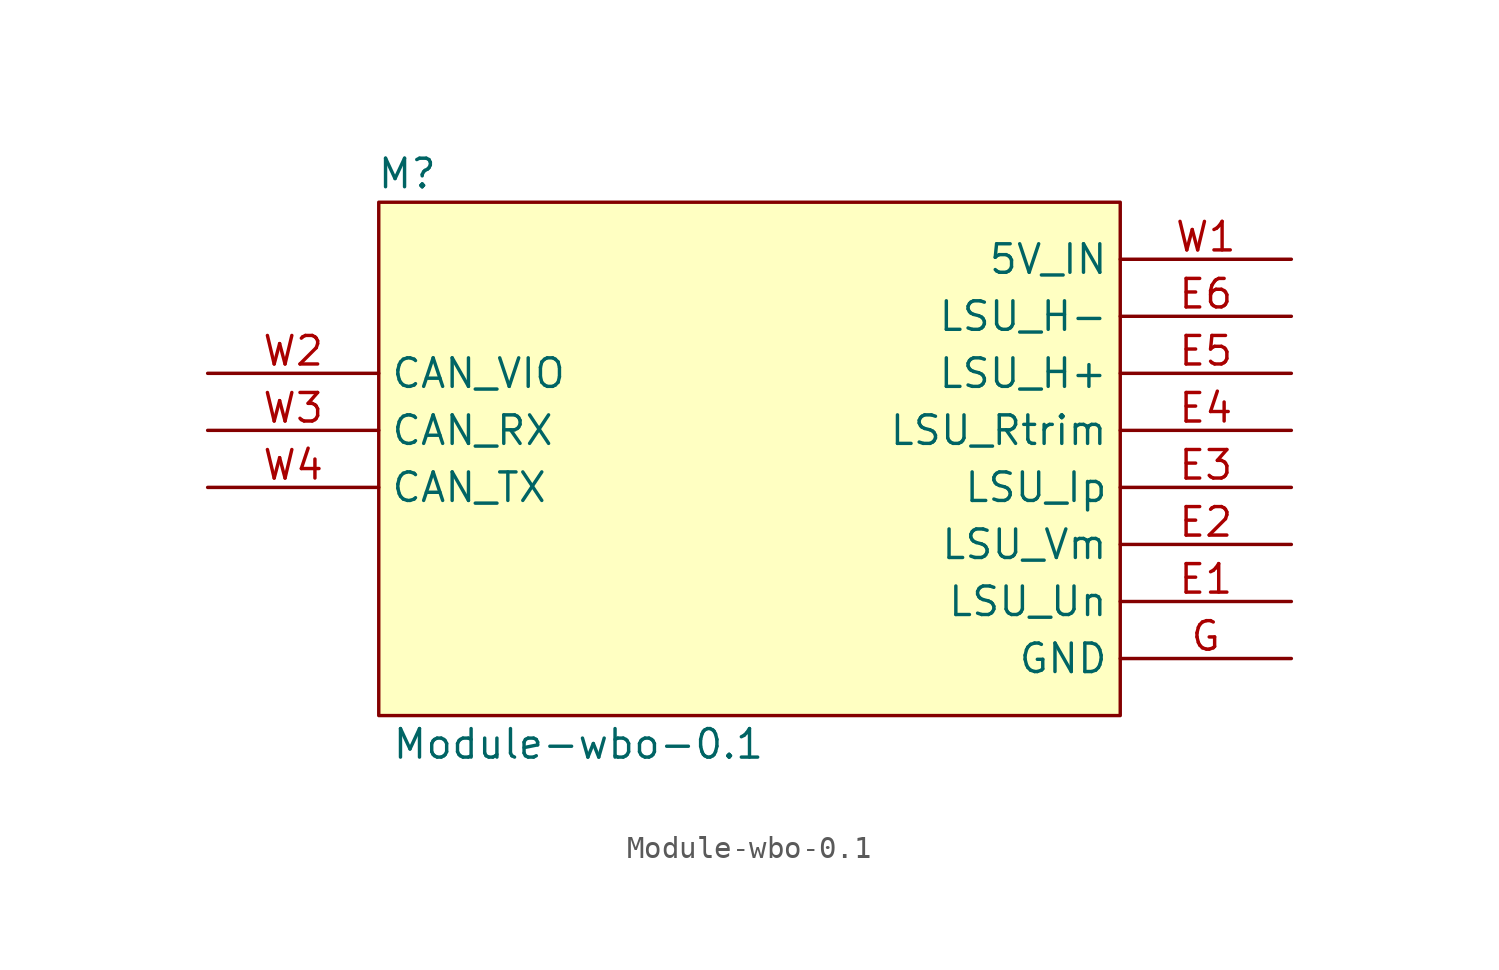
<source format=kicad_sym>
(kicad_symbol_lib
  (version 20201005)
  (generator kicad_symbol_editor)
  (symbol "wbo:Module-wbo-0.1"
    (property "Reference" "M"
      (at 1.27 1.27 0)
      (effects (font (size 1.27 1.27))))
    (property "Value" "Module-wbo-0.1"
      (at 8.89 -24.13 0)
      (effects (font (size 1.27 1.27))))
    (symbol "Module-wbo-0.1_1_0"
      (rectangle (start 0 0) (end 33.02 -22.86) (stroke (width 0)) (fill (type background)))
      (pin passive line (at 40.64 -17.78 180) (length 7.62) (name "LSU_Un" (effects (font (size 1.27 1.27)))) (number "E1" (effects (font (size 1.27 1.27)))))
      (pin passive line (at 40.64 -10.16 180) (length 7.62) (name "LSU_Rtrim" (effects (font (size 1.27 1.27)))) (number "E4" (effects (font (size 1.27 1.27)))))
      (pin passive line (at 40.64 -2.54 180) (length 7.62) (name "5V_IN" (effects (font (size 1.27 1.27)))) (number "W1" (effects (font (size 1.27 1.27)))))
      (pin passive line (at -7.62 -10.16 0) (length 7.62) (name "CAN_RX" (effects (font (size 1.27 1.27)))) (number "W3" (effects (font (size 1.27 1.27)))))
      (pin passive line (at 40.64 -20.32 180) (length 7.62) (name "GND" (effects (font (size 1.27 1.27)))) (number "G" (effects (font (size 1.27 1.27)))))
      (pin passive line (at -7.62 -12.7 0) (length 7.62) (name "CAN_TX" (effects (font (size 1.27 1.27)))) (number "W4" (effects (font (size 1.27 1.27)))))
      (pin passive line (at 40.64 -15.24 180) (length 7.62) (name "LSU_Vm" (effects (font (size 1.27 1.27)))) (number "E2" (effects (font (size 1.27 1.27)))))
      (pin passive line (at 40.64 -12.7 180) (length 7.62) (name "LSU_Ip" (effects (font (size 1.27 1.27)))) (number "E3" (effects (font (size 1.27 1.27)))))
      (pin passive line (at 40.64 -7.62 180) (length 7.62) (name "LSU_H+" (effects (font (size 1.27 1.27)))) (number "E5" (effects (font (size 1.27 1.27)))))
      (pin passive line (at 40.64 -5.08 180) (length 7.62) (name "LSU_H-" (effects (font (size 1.27 1.27)))) (number "E6" (effects (font (size 1.27 1.27)))))
      (pin passive line (at -7.62 -7.62 0) (length 7.62) (name "CAN_VIO" (effects (font (size 1.27 1.27)))) (number "W2" (effects (font (size 1.27 1.27))))))))
</source>
